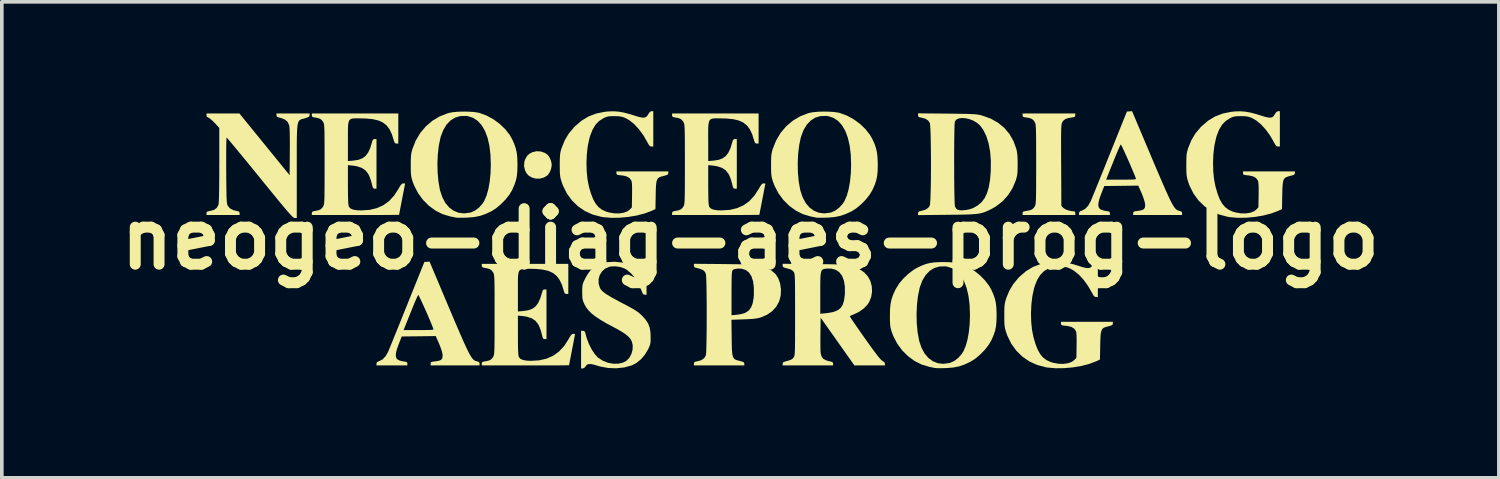
<source format=kicad_pcb>
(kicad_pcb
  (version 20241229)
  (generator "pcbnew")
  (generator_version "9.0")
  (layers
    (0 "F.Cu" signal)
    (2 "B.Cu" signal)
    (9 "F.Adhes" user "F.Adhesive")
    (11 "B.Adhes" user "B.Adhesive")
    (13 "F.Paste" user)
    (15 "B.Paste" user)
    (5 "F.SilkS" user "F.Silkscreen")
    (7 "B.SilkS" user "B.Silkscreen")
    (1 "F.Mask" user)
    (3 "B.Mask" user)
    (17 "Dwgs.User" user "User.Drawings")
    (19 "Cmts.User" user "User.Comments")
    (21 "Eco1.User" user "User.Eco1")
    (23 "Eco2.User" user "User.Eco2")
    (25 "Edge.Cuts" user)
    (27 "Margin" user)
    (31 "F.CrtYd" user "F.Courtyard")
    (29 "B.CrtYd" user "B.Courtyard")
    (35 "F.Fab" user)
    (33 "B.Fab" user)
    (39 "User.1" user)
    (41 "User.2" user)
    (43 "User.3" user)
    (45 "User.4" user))
  (footprint "neogeo-diag-aes-prog-logo"
    (layer "F.Cu")
    (at 17.533 3.508)
    (property "Reference" "neogeo-diag-aes-prog-logo" (at 0 0 0) (layer "F.SilkS") (effects (font (size 1.524 1.524) (thickness 0.3))))
    (attr board_only exclude_from_pos_files exclude_from_bom)
    (fp_poly (pts (xy -5.744 -2.402) (xy -5.632 -2.362) (xy -5.564 -2.315) (xy -5.515 -2.252) (xy -5.475 -2.166) (xy -5.451 -2.074) (xy -5.448 -2.032) (xy -5.461 -1.945) (xy -5.493 -1.853) (xy -5.539 -1.777) (xy -5.564 -1.749) (xy -5.663 -1.687) (xy -5.779 -1.657) (xy -5.899 -1.66) (xy -5.994 -1.689) (xy -6.079 -1.739) (xy -6.139 -1.804) (xy -6.179 -1.883) (xy -6.208 -2.003) (xy -6.197 -2.127) (xy -6.172 -2.197) (xy -6.122 -2.283) (xy -6.057 -2.342) (xy -5.979 -2.382) (xy -5.864 -2.41)) (stroke (width 0) (type solid)) (fill yes) (layer "F.SilkS"))
    (fp_poly (pts (xy 8.914 -3.397) (xy 8.909 -3.367) (xy 8.887 -3.35) (xy 8.839 -3.338) (xy 8.81 -3.334) (xy 8.711 -3.317) (xy 8.643 -3.293) (xy 8.595 -3.257) (xy 8.563 -3.214) (xy 8.554 -3.198) (xy 8.546 -3.18) (xy 8.54 -3.157) (xy 8.535 -3.125) (xy 8.531 -3.08) (xy 8.528 -3.019) (xy 8.526 -2.94) (xy 8.525 -2.837) (xy 8.524 -2.708) (xy 8.525 -2.55) (xy 8.525 -2.359) (xy 8.526 -2.131) (xy 8.527 -2.029) (xy 8.532 -0.911) (xy 8.58 -0.86) (xy 8.639 -0.819) (xy 8.723 -0.786) (xy 8.816 -0.766) (xy 8.861 -0.763) (xy 8.901 -0.755) (xy 8.913 -0.723) (xy 8.914 -0.712) (xy 8.914 -0.66) (xy 7.469 -0.66) (xy 7.469 -0.709) (xy 7.474 -0.739) (xy 7.495 -0.756) (xy 7.542 -0.767) (xy 7.576 -0.772) (xy 7.666 -0.789) (xy 7.727 -0.813) (xy 7.772 -0.853) (xy 7.801 -0.894) (xy 7.809 -0.91) (xy 7.817 -0.929) (xy 7.823 -0.954) (xy 7.828 -0.989) (xy 7.832 -1.038) (xy 7.835 -1.103) (xy 7.837 -1.189) (xy 7.839 -1.298) (xy 7.84 -1.435) (xy 7.84 -1.602) (xy 7.841 -1.804) (xy 7.841 -2.043) (xy 7.841 -2.053) (xy 7.841 -2.294) (xy 7.84 -2.497) (xy 7.84 -2.665) (xy 7.839 -2.803) (xy 7.837 -2.914) (xy 7.835 -3) (xy 7.832 -3.066) (xy 7.828 -3.115) (xy 7.823 -3.151) (xy 7.817 -3.177) (xy 7.81 -3.196) (xy 7.801 -3.212) (xy 7.801 -3.212) (xy 7.76 -3.267) (xy 7.712 -3.301) (xy 7.644 -3.323) (xy 7.576 -3.334) (xy 7.513 -3.344) (xy 7.481 -3.358) (xy 7.47 -3.381) (xy 7.469 -3.397) (xy 7.469 -3.446) (xy 8.914 -3.446)) (stroke (width 0) (type solid)) (fill yes) (layer "F.SilkS"))
    (fp_poly (pts (xy -8.336 1.717) (xy -8.216 2.002) (xy -8.11 2.252) (xy -8.017 2.468) (xy -7.937 2.653) (xy -7.868 2.81) (xy -7.808 2.941) (xy -7.757 3.048) (xy -7.713 3.135) (xy -7.674 3.203) (xy -7.641 3.254) (xy -7.611 3.292) (xy -7.583 3.319) (xy -7.556 3.336) (xy -7.529 3.347) (xy -7.5 3.354) (xy -7.497 3.355) (xy -7.448 3.37) (xy -7.43 3.398) (xy -7.428 3.417) (xy -7.428 3.466) (xy -8.769 3.466) (xy -8.769 3.417) (xy -8.766 3.39) (xy -8.749 3.374) (xy -8.71 3.363) (xy -8.639 3.354) (xy -8.637 3.354) (xy -8.541 3.338) (xy -8.48 3.311) (xy -8.449 3.266) (xy -8.441 3.199) (xy -8.443 3.163) (xy -8.456 3.101) (xy -8.482 3.016) (xy -8.517 2.92) (xy -8.541 2.863) (xy -8.63 2.661) (xy -9.096 2.667) (xy -9.563 2.672) (xy -9.644 2.878) (xy -9.694 3.017) (xy -9.721 3.125) (xy -9.726 3.207) (xy -9.71 3.267) (xy -9.677 3.304) (xy -9.626 3.33) (xy -9.555 3.35) (xy -9.517 3.356) (xy -9.454 3.366) (xy -9.421 3.379) (xy -9.41 3.401) (xy -9.409 3.418) (xy -9.409 3.466) (xy -10.255 3.466) (xy -10.255 3.418) (xy -10.246 3.383) (xy -10.213 3.359) (xy -10.174 3.346) (xy -10.084 3.298) (xy -10.004 3.212) (xy -9.938 3.095) (xy -9.923 3.06) (xy -9.894 2.989) (xy -9.852 2.888) (xy -9.8 2.759) (xy -9.738 2.607) (xy -9.693 2.497) (xy -9.512 2.497) (xy -9.097 2.497) (xy -8.956 2.496) (xy -8.852 2.495) (xy -8.779 2.493) (xy -8.731 2.49) (xy -8.705 2.484) (xy -8.694 2.475) (xy -8.695 2.464) (xy -8.696 2.461) (xy -8.727 2.38) (xy -8.767 2.282) (xy -8.814 2.17) (xy -8.865 2.052) (xy -8.918 1.933) (xy -8.969 1.819) (xy -9.015 1.717) (xy -9.056 1.632) (xy -9.086 1.57) (xy -9.105 1.537) (xy -9.109 1.533) (xy -9.119 1.547) (xy -9.139 1.585) (xy -9.167 1.648) (xy -9.207 1.74) (xy -9.257 1.863) (xy -9.32 2.018) (xy -9.396 2.207) (xy -9.477 2.409) (xy -9.512 2.497) (xy -9.693 2.497) (xy -9.668 2.434) (xy -9.591 2.244) (xy -9.51 2.042) (xy -9.424 1.83) (xy -9.419 1.816) (xy -8.942 0.629) (xy -8.8 0.618)) (stroke (width 0) (type solid)) (fill yes) (layer "F.SilkS"))
    (fp_poly (pts (xy 10.936 -2.409) (xy 11.056 -2.124) (xy 11.162 -1.875) (xy 11.255 -1.659) (xy 11.335 -1.474) (xy 11.404 -1.317) (xy 11.464 -1.186) (xy 11.515 -1.078) (xy 11.559 -0.992) (xy 11.597 -0.924) (xy 11.631 -0.873) (xy 11.661 -0.835) (xy 11.689 -0.808) (xy 11.716 -0.791) (xy 11.743 -0.779) (xy 11.771 -0.772) (xy 11.775 -0.772) (xy 11.824 -0.756) (xy 11.842 -0.729) (xy 11.844 -0.71) (xy 11.844 -0.66) (xy 10.503 -0.66) (xy 10.503 -0.709) (xy 10.506 -0.736) (xy 10.523 -0.753) (xy 10.562 -0.764) (xy 10.633 -0.773) (xy 10.635 -0.773) (xy 10.731 -0.789) (xy 10.791 -0.816) (xy 10.823 -0.861) (xy 10.831 -0.928) (xy 10.829 -0.964) (xy 10.816 -1.025) (xy 10.79 -1.111) (xy 10.755 -1.206) (xy 10.731 -1.264) (xy 10.642 -1.466) (xy 10.176 -1.46) (xy 9.709 -1.455) (xy 9.628 -1.248) (xy 9.578 -1.11) (xy 9.551 -1.001) (xy 9.545 -0.919) (xy 9.562 -0.86) (xy 9.595 -0.822) (xy 9.646 -0.797) (xy 9.717 -0.777) (xy 9.755 -0.77) (xy 9.818 -0.761) (xy 9.851 -0.748) (xy 9.862 -0.726) (xy 9.863 -0.709) (xy 9.863 -0.66) (xy 9.017 -0.66) (xy 9.017 -0.709) (xy 9.026 -0.744) (xy 9.059 -0.768) (xy 9.098 -0.781) (xy 9.187 -0.829) (xy 9.268 -0.915) (xy 9.334 -1.032) (xy 9.349 -1.067) (xy 9.378 -1.137) (xy 9.42 -1.239) (xy 9.472 -1.367) (xy 9.534 -1.52) (xy 9.579 -1.63) (xy 9.76 -1.63) (xy 10.175 -1.63) (xy 10.315 -1.63) (xy 10.42 -1.631) (xy 10.493 -1.633) (xy 10.541 -1.637) (xy 10.567 -1.643) (xy 10.577 -1.652) (xy 10.577 -1.663) (xy 10.576 -1.666) (xy 10.545 -1.746) (xy 10.504 -1.845) (xy 10.457 -1.957) (xy 10.406 -2.075) (xy 10.354 -2.194) (xy 10.303 -2.307) (xy 10.256 -2.41) (xy 10.216 -2.495) (xy 10.186 -2.557) (xy 10.167 -2.59) (xy 10.163 -2.593) (xy 10.152 -2.58) (xy 10.133 -2.542) (xy 10.104 -2.478) (xy 10.065 -2.386) (xy 10.014 -2.264) (xy 9.952 -2.109) (xy 9.875 -1.92) (xy 9.795 -1.718) (xy 9.76 -1.63) (xy 9.579 -1.63) (xy 9.604 -1.693) (xy 9.681 -1.882) (xy 9.762 -2.085) (xy 9.847 -2.297) (xy 9.853 -2.311) (xy 10.33 -3.497) (xy 10.401 -3.503) (xy 10.472 -3.508)) (stroke (width 0) (type solid)) (fill yes) (layer "F.SilkS"))
    (fp_poly (pts (xy -0.707 0.686) (xy -0.489 0.689) (xy -0.307 0.691) (xy -0.159 0.694) (xy -0.04 0.698) (xy 0.055 0.702) (xy 0.129 0.708) (xy 0.187 0.714) (xy 0.233 0.722) (xy 0.263 0.729) (xy 0.44 0.788) (xy 0.581 0.863) (xy 0.689 0.957) (xy 0.766 1.073) (xy 0.816 1.215) (xy 0.84 1.373) (xy 0.834 1.547) (xy 0.792 1.708) (xy 0.714 1.852) (xy 0.603 1.975) (xy 0.461 2.075) (xy 0.292 2.148) (xy 0.29 2.148) (xy 0.222 2.167) (xy 0.144 2.181) (xy 0.049 2.191) (xy -0.073 2.198) (xy -0.182 2.202) (xy -0.518 2.214) (xy -0.512 2.704) (xy -0.509 2.875) (xy -0.506 3.01) (xy -0.499 3.112) (xy -0.488 3.189) (xy -0.471 3.243) (xy -0.446 3.28) (xy -0.411 3.306) (xy -0.365 3.324) (xy -0.306 3.339) (xy -0.292 3.343) (xy -0.222 3.362) (xy -0.183 3.379) (xy -0.167 3.401) (xy -0.165 3.42) (xy -0.165 3.466) (xy -1.548 3.466) (xy -1.548 3.417) (xy -1.542 3.385) (xy -1.516 3.367) (xy -1.461 3.355) (xy -1.459 3.355) (xy -1.347 3.324) (xy -1.267 3.269) (xy -1.221 3.193) (xy -1.219 3.184) (xy -1.214 3.145) (xy -1.209 3.07) (xy -1.206 2.963) (xy -1.203 2.83) (xy -1.2 2.676) (xy -1.198 2.505) (xy -1.197 2.323) (xy -1.197 2.134) (xy -1.197 2.09) (xy -0.516 2.09) (xy -0.366 2.076) (xy -0.26 2.06) (xy -0.164 2.033) (xy -0.124 2.016) (xy -0.039 1.957) (xy 0.024 1.87) (xy 0.067 1.753) (xy 0.092 1.603) (xy 0.097 1.534) (xy 0.097 1.329) (xy 0.075 1.157) (xy 0.03 1.02) (xy -0.037 0.917) (xy -0.127 0.848) (xy -0.239 0.813) (xy -0.338 0.81) (xy -0.419 0.82) (xy -0.469 0.839) (xy -0.488 0.857) (xy -0.496 0.877) (xy -0.503 0.913) (xy -0.508 0.97) (xy -0.512 1.052) (xy -0.514 1.163) (xy -0.515 1.307) (xy -0.516 1.488) (xy -0.516 2.09) (xy -1.197 2.09) (xy -1.197 1.944) (xy -1.197 1.757) (xy -1.199 1.579) (xy -1.201 1.413) (xy -1.203 1.267) (xy -1.207 1.143) (xy -1.211 1.047) (xy -1.215 0.985) (xy -1.218 0.965) (xy -1.246 0.9) (xy -1.293 0.854) (xy -1.367 0.821) (xy -1.438 0.802) (xy -1.502 0.785) (xy -1.535 0.768) (xy -1.547 0.743) (xy -1.548 0.728) (xy -1.548 0.678)) (stroke (width 0) (type solid)) (fill yes) (layer "F.SilkS"))
    (fp_poly (pts (xy -7.734 -3.495) (xy -7.592 -3.486) (xy -7.472 -3.469) (xy -7.428 -3.459) (xy -7.235 -3.388) (xy -7.048 -3.286) (xy -6.875 -3.159) (xy -6.722 -3.013) (xy -6.599 -2.854) (xy -6.536 -2.744) (xy -6.477 -2.612) (xy -6.435 -2.491) (xy -6.408 -2.369) (xy -6.393 -2.233) (xy -6.388 -2.071) (xy -6.388 -2.043) (xy -6.391 -1.877) (xy -6.403 -1.74) (xy -6.428 -1.618) (xy -6.467 -1.499) (xy -6.523 -1.37) (xy -6.536 -1.341) (xy -6.613 -1.213) (xy -6.719 -1.081) (xy -6.843 -0.955) (xy -6.974 -0.845) (xy -7.103 -0.762) (xy -7.108 -0.76) (xy -7.267 -0.686) (xy -7.417 -0.635) (xy -7.573 -0.604) (xy -7.75 -0.589) (xy -7.789 -0.587) (xy -7.89 -0.585) (xy -7.978 -0.585) (xy -8.044 -0.586) (xy -8.078 -0.589) (xy -8.121 -0.599) (xy -8.187 -0.612) (xy -8.233 -0.621) (xy -8.441 -0.683) (xy -8.637 -0.782) (xy -8.818 -0.914) (xy -8.978 -1.074) (xy -9.114 -1.259) (xy -9.221 -1.466) (xy -9.257 -1.558) (xy -9.28 -1.628) (xy -9.296 -1.689) (xy -9.306 -1.752) (xy -9.312 -1.826) (xy -9.314 -1.924) (xy -9.315 -2.022) (xy -9.315 -2.08) (xy -8.584 -2.08) (xy -8.578 -1.826) (xy -8.556 -1.581) (xy -8.517 -1.359) (xy -8.51 -1.331) (xy -8.449 -1.146) (xy -8.365 -0.99) (xy -8.261 -0.867) (xy -8.14 -0.777) (xy -8.003 -0.722) (xy -7.853 -0.704) (xy -7.693 -0.724) (xy -7.656 -0.734) (xy -7.547 -0.785) (xy -7.44 -0.867) (xy -7.347 -0.972) (xy -7.299 -1.047) (xy -7.237 -1.19) (xy -7.187 -1.367) (xy -7.15 -1.572) (xy -7.127 -1.799) (xy -7.119 -2.043) (xy -7.119 -2.043) (xy -7.129 -2.321) (xy -7.16 -2.569) (xy -7.21 -2.786) (xy -7.281 -2.971) (xy -7.37 -3.123) (xy -7.477 -3.241) (xy -7.602 -3.324) (xy -7.744 -3.371) (xy -7.8 -3.378) (xy -7.957 -3.374) (xy -8.099 -3.332) (xy -8.226 -3.253) (xy -8.334 -3.139) (xy -8.423 -2.991) (xy -8.492 -2.812) (xy -8.499 -2.785) (xy -8.544 -2.572) (xy -8.572 -2.333) (xy -8.584 -2.08) (xy -9.315 -2.08) (xy -9.315 -2.148) (xy -9.311 -2.244) (xy -9.305 -2.319) (xy -9.293 -2.385) (xy -9.275 -2.452) (xy -9.268 -2.476) (xy -9.176 -2.706) (xy -9.052 -2.913) (xy -8.9 -3.093) (xy -8.721 -3.245) (xy -8.519 -3.366) (xy -8.297 -3.452) (xy -8.274 -3.459) (xy -8.169 -3.479) (xy -8.035 -3.492) (xy -7.886 -3.497)) (stroke (width 0) (type solid)) (fill yes) (layer "F.SilkS"))
    (fp_poly (pts (xy 2.149 -3.495) (xy 2.291 -3.486) (xy 2.411 -3.469) (xy 2.455 -3.459) (xy 2.648 -3.388) (xy 2.835 -3.286) (xy 3.009 -3.159) (xy 3.161 -3.013) (xy 3.285 -2.854) (xy 3.347 -2.744) (xy 3.407 -2.612) (xy 3.448 -2.491) (xy 3.475 -2.369) (xy 3.49 -2.233) (xy 3.496 -2.071) (xy 3.496 -2.043) (xy 3.493 -1.877) (xy 3.48 -1.74) (xy 3.456 -1.618) (xy 3.417 -1.499) (xy 3.361 -1.37) (xy 3.347 -1.341) (xy 3.27 -1.213) (xy 3.165 -1.081) (xy 3.041 -0.955) (xy 2.909 -0.845) (xy 2.78 -0.762) (xy 2.775 -0.76) (xy 2.616 -0.686) (xy 2.467 -0.635) (xy 2.311 -0.604) (xy 2.134 -0.589) (xy 2.094 -0.587) (xy 1.994 -0.585) (xy 1.905 -0.585) (xy 1.839 -0.586) (xy 1.805 -0.589) (xy 1.762 -0.599) (xy 1.696 -0.612) (xy 1.651 -0.621) (xy 1.443 -0.683) (xy 1.246 -0.782) (xy 1.066 -0.914) (xy 0.905 -1.074) (xy 0.769 -1.259) (xy 0.662 -1.466) (xy 0.627 -1.558) (xy 0.604 -1.628) (xy 0.588 -1.689) (xy 0.578 -1.752) (xy 0.572 -1.826) (xy 0.569 -1.924) (xy 0.569 -2.022) (xy 0.569 -2.08) (xy 1.3 -2.08) (xy 1.305 -1.826) (xy 1.327 -1.581) (xy 1.367 -1.359) (xy 1.373 -1.331) (xy 1.435 -1.146) (xy 1.518 -0.99) (xy 1.622 -0.867) (xy 1.744 -0.777) (xy 1.881 -0.722) (xy 2.03 -0.704) (xy 2.19 -0.724) (xy 2.227 -0.734) (xy 2.337 -0.785) (xy 2.444 -0.867) (xy 2.537 -0.972) (xy 2.585 -1.047) (xy 2.647 -1.19) (xy 2.697 -1.367) (xy 2.734 -1.572) (xy 2.757 -1.799) (xy 2.765 -2.043) (xy 2.765 -2.043) (xy 2.755 -2.321) (xy 2.724 -2.569) (xy 2.673 -2.786) (xy 2.603 -2.971) (xy 2.514 -3.123) (xy 2.407 -3.241) (xy 2.282 -3.324) (xy 2.14 -3.371) (xy 2.084 -3.378) (xy 1.927 -3.374) (xy 1.784 -3.332) (xy 1.658 -3.253) (xy 1.549 -3.139) (xy 1.46 -2.991) (xy 1.392 -2.812) (xy 1.384 -2.785) (xy 1.34 -2.572) (xy 1.311 -2.333) (xy 1.3 -2.08) (xy 0.569 -2.08) (xy 0.569 -2.148) (xy 0.572 -2.244) (xy 0.579 -2.319) (xy 0.591 -2.385) (xy 0.608 -2.452) (xy 0.616 -2.476) (xy 0.708 -2.706) (xy 0.831 -2.913) (xy 0.984 -3.093) (xy 1.163 -3.245) (xy 1.364 -3.366) (xy 1.586 -3.452) (xy 1.609 -3.459) (xy 1.715 -3.479) (xy 1.848 -3.492) (xy 1.997 -3.497)) (stroke (width 0) (type solid)) (fill yes) (layer "F.SilkS"))
    (fp_poly (pts (xy 5.458 0.634) (xy 5.595 0.646) (xy 5.715 0.669) (xy 5.829 0.705) (xy 5.949 0.757) (xy 6.015 0.79) (xy 6.16 0.881) (xy 6.303 0.998) (xy 6.434 1.131) (xy 6.543 1.272) (xy 6.607 1.382) (xy 6.667 1.515) (xy 6.709 1.635) (xy 6.736 1.757) (xy 6.75 1.893) (xy 6.756 2.056) (xy 6.756 2.084) (xy 6.753 2.249) (xy 6.74 2.387) (xy 6.716 2.509) (xy 6.677 2.628) (xy 6.621 2.757) (xy 6.607 2.786) (xy 6.53 2.914) (xy 6.425 3.046) (xy 6.301 3.172) (xy 6.17 3.282) (xy 6.04 3.364) (xy 6.035 3.367) (xy 5.876 3.441) (xy 5.727 3.492) (xy 5.571 3.523) (xy 5.394 3.538) (xy 5.354 3.539) (xy 5.254 3.542) (xy 5.166 3.542) (xy 5.099 3.54) (xy 5.066 3.537) (xy 5.022 3.528) (xy 4.957 3.515) (xy 4.911 3.505) (xy 4.703 3.443) (xy 4.506 3.345) (xy 4.326 3.213) (xy 4.165 3.053) (xy 4.029 2.867) (xy 3.922 2.661) (xy 3.887 2.569) (xy 3.864 2.499) (xy 3.848 2.438) (xy 3.838 2.375) (xy 3.832 2.3) (xy 3.829 2.203) (xy 3.829 2.105) (xy 3.83 2.046) (xy 4.56 2.046) (xy 4.565 2.301) (xy 4.587 2.545) (xy 4.627 2.768) (xy 4.633 2.796) (xy 4.695 2.981) (xy 4.779 3.136) (xy 4.883 3.26) (xy 5.004 3.35) (xy 5.141 3.405) (xy 5.29 3.423) (xy 5.45 3.403) (xy 5.487 3.393) (xy 5.597 3.342) (xy 5.704 3.26) (xy 5.797 3.155) (xy 5.845 3.079) (xy 5.907 2.937) (xy 5.957 2.76) (xy 5.994 2.555) (xy 6.017 2.328) (xy 6.025 2.084) (xy 6.025 2.083) (xy 6.015 1.806) (xy 5.984 1.558) (xy 5.933 1.341) (xy 5.863 1.156) (xy 5.774 1.003) (xy 5.667 0.885) (xy 5.542 0.802) (xy 5.4 0.756) (xy 5.344 0.748) (xy 5.187 0.753) (xy 5.044 0.795) (xy 4.918 0.874) (xy 4.809 0.988) (xy 4.72 1.135) (xy 4.652 1.315) (xy 4.644 1.342) (xy 4.6 1.555) (xy 4.572 1.794) (xy 4.56 2.046) (xy 3.83 2.046) (xy 3.832 1.932) (xy 3.846 1.787) (xy 3.872 1.658) (xy 3.914 1.533) (xy 3.975 1.399) (xy 3.999 1.352) (xy 4.087 1.214) (xy 4.204 1.076) (xy 4.34 0.948) (xy 4.484 0.841) (xy 4.57 0.79) (xy 4.698 0.729) (xy 4.813 0.685) (xy 4.929 0.656) (xy 5.055 0.639) (xy 5.205 0.632) (xy 5.293 0.631)) (stroke (width 0) (type solid)) (fill yes) (layer "F.SilkS"))
    (fp_poly (pts (xy -13.327 -2.599) (xy -12.638 -1.752) (xy -12.633 -2.394) (xy -12.632 -2.606) (xy -12.633 -2.784) (xy -12.635 -2.927) (xy -12.64 -3.034) (xy -12.646 -3.102) (xy -12.65 -3.12) (xy -12.691 -3.211) (xy -12.762 -3.276) (xy -12.866 -3.319) (xy -12.888 -3.324) (xy -12.953 -3.341) (xy -12.986 -3.359) (xy -12.998 -3.383) (xy -12.999 -3.398) (xy -12.999 -3.446) (xy -12.091 -3.446) (xy -12.091 -3.398) (xy -12.096 -3.371) (xy -12.118 -3.351) (xy -12.163 -3.331) (xy -12.231 -3.31) (xy -12.272 -3.299) (xy -12.308 -3.29) (xy -12.338 -3.278) (xy -12.364 -3.262) (xy -12.384 -3.239) (xy -12.401 -3.204) (xy -12.415 -3.157) (xy -12.425 -3.092) (xy -12.432 -3.008) (xy -12.437 -2.902) (xy -12.44 -2.77) (xy -12.442 -2.609) (xy -12.442 -2.417) (xy -12.442 -2.191) (xy -12.442 -1.926) (xy -12.442 -1.852) (xy -12.442 -0.578) (xy -12.499 -0.578) (xy -12.513 -0.581) (xy -12.53 -0.59) (xy -12.554 -0.609) (xy -12.586 -0.64) (xy -12.627 -0.684) (xy -12.68 -0.743) (xy -12.747 -0.821) (xy -12.829 -0.919) (xy -12.928 -1.038) (xy -13.047 -1.183) (xy -13.186 -1.353) (xy -13.349 -1.553) (xy -13.453 -1.682) (xy -13.604 -1.867) (xy -13.747 -2.042) (xy -13.88 -2.205) (xy -14.002 -2.353) (xy -14.11 -2.483) (xy -14.202 -2.594) (xy -14.276 -2.682) (xy -14.329 -2.744) (xy -14.36 -2.779) (xy -14.367 -2.786) (xy -14.37 -2.766) (xy -14.373 -2.709) (xy -14.375 -2.619) (xy -14.377 -2.5) (xy -14.378 -2.357) (xy -14.378 -2.193) (xy -14.378 -2.013) (xy -14.377 -1.883) (xy -14.376 -1.664) (xy -14.374 -1.483) (xy -14.372 -1.335) (xy -14.37 -1.217) (xy -14.367 -1.125) (xy -14.363 -1.055) (xy -14.359 -1.003) (xy -14.353 -0.966) (xy -14.346 -0.939) (xy -14.337 -0.918) (xy -14.335 -0.913) (xy -14.274 -0.841) (xy -14.182 -0.793) (xy -14.095 -0.772) (xy -14.04 -0.759) (xy -14.016 -0.74) (xy -14.01 -0.709) (xy -14.01 -0.66) (xy -14.918 -0.66) (xy -14.918 -0.709) (xy -14.913 -0.739) (xy -14.891 -0.757) (xy -14.842 -0.768) (xy -14.817 -0.772) (xy -14.71 -0.801) (xy -14.635 -0.857) (xy -14.59 -0.939) (xy -14.589 -0.945) (xy -14.584 -0.985) (xy -14.579 -1.064) (xy -14.575 -1.179) (xy -14.572 -1.33) (xy -14.57 -1.512) (xy -14.568 -1.724) (xy -14.568 -1.965) (xy -14.567 -2.035) (xy -14.567 -3.048) (xy -14.691 -3.183) (xy -14.753 -3.245) (xy -14.811 -3.296) (xy -14.855 -3.326) (xy -14.866 -3.33) (xy -14.907 -3.353) (xy -14.918 -3.395) (xy -14.918 -3.446) (xy -14.016 -3.446)) (stroke (width 0) (type solid)) (fill yes) (layer "F.SilkS"))
    (fp_poly (pts (xy -2.662 -2.538) (xy -2.713 -2.538) (xy -2.747 -2.546) (xy -2.777 -2.574) (xy -2.812 -2.632) (xy -2.819 -2.646) (xy -2.927 -2.836) (xy -3.049 -3.004) (xy -3.178 -3.146) (xy -3.312 -3.255) (xy -3.419 -3.316) (xy -3.489 -3.345) (xy -3.554 -3.362) (xy -3.631 -3.37) (xy -3.724 -3.372) (xy -3.82 -3.371) (xy -3.89 -3.365) (xy -3.947 -3.351) (xy -4.008 -3.326) (xy -4.027 -3.316) (xy -4.146 -3.241) (xy -4.244 -3.14) (xy -4.324 -3.009) (xy -4.39 -2.844) (xy -4.414 -2.766) (xy -4.458 -2.563) (xy -4.485 -2.335) (xy -4.495 -2.096) (xy -4.489 -1.858) (xy -4.466 -1.633) (xy -4.429 -1.444) (xy -4.373 -1.251) (xy -4.312 -1.095) (xy -4.244 -0.972) (xy -4.164 -0.877) (xy -4.07 -0.806) (xy -3.958 -0.754) (xy -3.885 -0.732) (xy -3.74 -0.706) (xy -3.6 -0.703) (xy -3.475 -0.722) (xy -3.371 -0.761) (xy -3.309 -0.808) (xy -3.25 -0.869) (xy -3.244 -1.214) (xy -3.243 -1.36) (xy -3.245 -1.469) (xy -3.25 -1.545) (xy -3.259 -1.593) (xy -3.265 -1.607) (xy -3.315 -1.673) (xy -3.388 -1.717) (xy -3.491 -1.742) (xy -3.534 -1.747) (xy -3.608 -1.755) (xy -3.649 -1.764) (xy -3.668 -1.779) (xy -3.673 -1.804) (xy -3.673 -1.808) (xy -3.673 -1.857) (xy -2.249 -1.857) (xy -2.249 -1.811) (xy -2.255 -1.783) (xy -2.277 -1.764) (xy -2.326 -1.746) (xy -2.376 -1.733) (xy -2.444 -1.715) (xy -2.495 -1.695) (xy -2.533 -1.666) (xy -2.56 -1.624) (xy -2.577 -1.562) (xy -2.587 -1.477) (xy -2.593 -1.361) (xy -2.596 -1.209) (xy -2.596 -1.204) (xy -2.603 -0.822) (xy -2.71 -0.773) (xy -2.899 -0.702) (xy -3.115 -0.646) (xy -3.348 -0.607) (xy -3.586 -0.585) (xy -3.819 -0.583) (xy -4.035 -0.601) (xy -4.092 -0.611) (xy -4.326 -0.673) (xy -4.539 -0.77) (xy -4.729 -0.9) (xy -4.895 -1.061) (xy -5.032 -1.25) (xy -5.14 -1.466) (xy -5.173 -1.558) (xy -5.195 -1.627) (xy -5.21 -1.689) (xy -5.22 -1.752) (xy -5.225 -1.828) (xy -5.227 -1.927) (xy -5.228 -2.032) (xy -5.227 -2.157) (xy -5.224 -2.251) (xy -5.218 -2.324) (xy -5.208 -2.386) (xy -5.192 -2.448) (xy -5.173 -2.507) (xy -5.09 -2.711) (xy -4.981 -2.893) (xy -4.839 -3.063) (xy -4.808 -3.095) (xy -4.631 -3.247) (xy -4.439 -3.363) (xy -4.227 -3.444) (xy -3.993 -3.491) (xy -3.879 -3.502) (xy -3.741 -3.505) (xy -3.605 -3.494) (xy -3.46 -3.468) (xy -3.296 -3.424) (xy -3.183 -3.389) (xy -3.064 -3.352) (xy -2.975 -3.333) (xy -2.91 -3.331) (xy -2.863 -3.347) (xy -2.825 -3.383) (xy -2.796 -3.431) (xy -2.756 -3.487) (xy -2.713 -3.507) (xy -2.708 -3.508) (xy -2.662 -3.508)) (stroke (width 0) (type solid)) (fill yes) (layer "F.SilkS"))
    (fp_poly (pts (xy 9.533 1.589) (xy 9.482 1.589) (xy 9.447 1.581) (xy 9.417 1.552) (xy 9.383 1.494) (xy 9.376 1.48) (xy 9.267 1.291) (xy 9.146 1.122) (xy 9.016 0.981) (xy 8.882 0.872) (xy 8.775 0.81) (xy 8.706 0.782) (xy 8.64 0.765) (xy 8.564 0.757) (xy 8.47 0.754) (xy 8.374 0.755) (xy 8.305 0.762) (xy 8.247 0.776) (xy 8.187 0.801) (xy 8.167 0.811) (xy 8.049 0.886) (xy 7.951 0.987) (xy 7.87 1.118) (xy 7.804 1.283) (xy 7.781 1.361) (xy 7.737 1.564) (xy 7.71 1.791) (xy 7.699 2.03) (xy 7.705 2.269) (xy 7.728 2.494) (xy 7.765 2.682) (xy 7.821 2.875) (xy 7.882 3.031) (xy 7.951 3.155) (xy 8.03 3.25) (xy 8.125 3.321) (xy 8.237 3.372) (xy 8.309 3.394) (xy 8.455 3.421) (xy 8.594 3.424) (xy 8.72 3.405) (xy 8.823 3.366) (xy 8.886 3.319) (xy 8.945 3.258) (xy 8.95 2.913) (xy 8.951 2.767) (xy 8.949 2.658) (xy 8.944 2.581) (xy 8.935 2.533) (xy 8.93 2.519) (xy 8.879 2.454) (xy 8.806 2.41) (xy 8.703 2.385) (xy 8.661 2.38) (xy 8.587 2.372) (xy 8.545 2.362) (xy 8.526 2.347) (xy 8.522 2.323) (xy 8.522 2.318) (xy 8.522 2.27) (xy 9.945 2.27) (xy 9.945 2.316) (xy 9.94 2.343) (xy 9.917 2.363) (xy 9.869 2.38) (xy 9.818 2.394) (xy 9.751 2.412) (xy 9.699 2.432) (xy 9.661 2.461) (xy 9.635 2.503) (xy 9.618 2.564) (xy 9.607 2.65) (xy 9.602 2.766) (xy 9.598 2.918) (xy 9.598 2.923) (xy 9.591 3.305) (xy 9.485 3.354) (xy 9.296 3.425) (xy 9.08 3.481) (xy 8.847 3.52) (xy 8.608 3.541) (xy 8.375 3.544) (xy 8.159 3.525) (xy 8.102 3.516) (xy 7.869 3.454) (xy 7.656 3.357) (xy 7.465 3.227) (xy 7.3 3.066) (xy 7.162 2.876) (xy 7.055 2.66) (xy 7.021 2.569) (xy 7 2.5) (xy 6.984 2.438) (xy 6.975 2.375) (xy 6.969 2.299) (xy 6.967 2.2) (xy 6.967 2.094) (xy 6.967 1.969) (xy 6.97 1.876) (xy 6.976 1.803) (xy 6.987 1.74) (xy 7.003 1.679) (xy 7.021 1.62) (xy 7.105 1.416) (xy 7.214 1.234) (xy 7.355 1.064) (xy 7.387 1.031) (xy 7.563 0.88) (xy 7.756 0.764) (xy 7.968 0.683) (xy 8.201 0.636) (xy 8.315 0.625) (xy 8.454 0.622) (xy 8.59 0.633) (xy 8.735 0.659) (xy 8.899 0.702) (xy 9.011 0.738) (xy 9.131 0.774) (xy 9.22 0.794) (xy 9.284 0.796) (xy 9.332 0.779) (xy 9.369 0.744) (xy 9.399 0.696) (xy 9.439 0.639) (xy 9.481 0.619) (xy 9.486 0.619) (xy 9.533 0.619)) (stroke (width 0) (type solid)) (fill yes) (layer "F.SilkS"))
    (fp_poly (pts (xy 14.526 -2.538) (xy 14.475 -2.538) (xy 14.441 -2.546) (xy 14.41 -2.574) (xy 14.376 -2.632) (xy 14.369 -2.646) (xy 14.261 -2.836) (xy 14.139 -3.004) (xy 14.009 -3.146) (xy 13.876 -3.255) (xy 13.768 -3.316) (xy 13.699 -3.345) (xy 13.634 -3.362) (xy 13.557 -3.37) (xy 13.463 -3.372) (xy 13.367 -3.371) (xy 13.298 -3.365) (xy 13.24 -3.351) (xy 13.18 -3.326) (xy 13.161 -3.316) (xy 13.042 -3.241) (xy 12.944 -3.14) (xy 12.863 -3.009) (xy 12.797 -2.844) (xy 12.774 -2.766) (xy 12.73 -2.563) (xy 12.703 -2.335) (xy 12.693 -2.096) (xy 12.699 -1.858) (xy 12.722 -1.633) (xy 12.759 -1.444) (xy 12.815 -1.251) (xy 12.875 -1.095) (xy 12.944 -0.972) (xy 13.024 -0.877) (xy 13.118 -0.806) (xy 13.23 -0.754) (xy 13.303 -0.732) (xy 13.448 -0.706) (xy 13.587 -0.703) (xy 13.713 -0.722) (xy 13.817 -0.761) (xy 13.879 -0.808) (xy 13.938 -0.869) (xy 13.944 -1.214) (xy 13.945 -1.36) (xy 13.943 -1.469) (xy 13.937 -1.545) (xy 13.929 -1.593) (xy 13.923 -1.607) (xy 13.873 -1.673) (xy 13.8 -1.717) (xy 13.697 -1.742) (xy 13.654 -1.747) (xy 13.58 -1.755) (xy 13.538 -1.764) (xy 13.52 -1.779) (xy 13.515 -1.804) (xy 13.515 -1.808) (xy 13.515 -1.857) (xy 14.939 -1.857) (xy 14.939 -1.811) (xy 14.933 -1.783) (xy 14.911 -1.764) (xy 14.862 -1.746) (xy 14.811 -1.733) (xy 14.744 -1.715) (xy 14.692 -1.695) (xy 14.655 -1.666) (xy 14.628 -1.624) (xy 14.611 -1.562) (xy 14.601 -1.477) (xy 14.595 -1.361) (xy 14.592 -1.209) (xy 14.591 -1.204) (xy 14.585 -0.822) (xy 14.478 -0.773) (xy 14.289 -0.702) (xy 14.073 -0.646) (xy 13.84 -0.607) (xy 13.602 -0.585) (xy 13.369 -0.583) (xy 13.153 -0.601) (xy 13.096 -0.611) (xy 12.862 -0.673) (xy 12.649 -0.77) (xy 12.459 -0.9) (xy 12.293 -1.061) (xy 12.156 -1.25) (xy 12.048 -1.466) (xy 12.015 -1.558) (xy 11.993 -1.627) (xy 11.978 -1.689) (xy 11.968 -1.752) (xy 11.963 -1.828) (xy 11.96 -1.927) (xy 11.96 -2.032) (xy 11.961 -2.157) (xy 11.963 -2.251) (xy 11.969 -2.324) (xy 11.98 -2.386) (xy 11.996 -2.448) (xy 12.015 -2.507) (xy 12.098 -2.711) (xy 12.207 -2.893) (xy 12.349 -3.063) (xy 12.38 -3.095) (xy 12.557 -3.247) (xy 12.749 -3.363) (xy 12.961 -3.444) (xy 13.195 -3.491) (xy 13.309 -3.502) (xy 13.447 -3.505) (xy 13.583 -3.494) (xy 13.728 -3.468) (xy 13.892 -3.424) (xy 14.004 -3.389) (xy 14.124 -3.352) (xy 14.213 -3.333) (xy 14.278 -3.331) (xy 14.325 -3.347) (xy 14.362 -3.383) (xy 14.392 -3.431) (xy 14.432 -3.487) (xy 14.475 -3.507) (xy 14.48 -3.508) (xy 14.526 -3.508)) (stroke (width 0) (type solid)) (fill yes) (layer "F.SilkS"))
    (fp_poly (pts (xy -2.847 1.527) (xy -2.896 1.527) (xy -2.925 1.521) (xy -2.949 1.498) (xy -2.973 1.448) (xy -2.991 1.398) (xy -3.066 1.23) (xy -3.159 1.077) (xy -3.266 0.948) (xy -3.382 0.849) (xy -3.456 0.805) (xy -3.567 0.767) (xy -3.693 0.748) (xy -3.816 0.751) (xy -3.873 0.762) (xy -3.984 0.811) (xy -4.071 0.89) (xy -4.132 0.99) (xy -4.163 1.104) (xy -4.161 1.225) (xy -4.128 1.334) (xy -4.104 1.377) (xy -4.068 1.42) (xy -4.016 1.465) (xy -3.944 1.516) (xy -3.85 1.574) (xy -3.727 1.643) (xy -3.574 1.726) (xy -3.476 1.777) (xy -3.341 1.848) (xy -3.237 1.905) (xy -3.155 1.954) (xy -3.09 1.998) (xy -3.035 2.043) (xy -2.981 2.092) (xy -2.969 2.104) (xy -2.871 2.213) (xy -2.803 2.318) (xy -2.76 2.431) (xy -2.739 2.563) (xy -2.735 2.683) (xy -2.735 2.779) (xy -2.74 2.847) (xy -2.753 2.904) (xy -2.776 2.964) (xy -2.811 3.037) (xy -2.898 3.179) (xy -3.006 3.303) (xy -3.127 3.401) (xy -3.248 3.464) (xy -3.453 3.521) (xy -3.674 3.545) (xy -3.9 3.537) (xy -4.119 3.496) (xy -4.178 3.479) (xy -4.295 3.444) (xy -4.38 3.428) (xy -4.44 3.429) (xy -4.483 3.448) (xy -4.513 3.485) (xy -4.515 3.487) (xy -4.558 3.536) (xy -4.596 3.549) (xy -4.643 3.549) (xy -4.643 2.517) (xy -4.591 2.517) (xy -4.55 2.528) (xy -4.53 2.567) (xy -4.528 2.574) (xy -4.485 2.73) (xy -4.425 2.884) (xy -4.352 3.027) (xy -4.272 3.15) (xy -4.188 3.243) (xy -4.168 3.26) (xy -4.041 3.34) (xy -3.902 3.394) (xy -3.758 3.42) (xy -3.618 3.418) (xy -3.49 3.388) (xy -3.401 3.34) (xy -3.321 3.26) (xy -3.263 3.154) (xy -3.23 3.035) (xy -3.226 2.914) (xy -3.249 2.817) (xy -3.282 2.75) (xy -3.333 2.687) (xy -3.406 2.623) (xy -3.506 2.554) (xy -3.637 2.478) (xy -3.748 2.418) (xy -3.949 2.311) (xy -4.115 2.213) (xy -4.25 2.123) (xy -4.358 2.038) (xy -4.442 1.953) (xy -4.508 1.867) (xy -4.556 1.779) (xy -4.582 1.718) (xy -4.599 1.662) (xy -4.608 1.597) (xy -4.611 1.512) (xy -4.612 1.454) (xy -4.611 1.356) (xy -4.606 1.286) (xy -4.595 1.23) (xy -4.574 1.173) (xy -4.54 1.102) (xy -4.534 1.09) (xy -4.487 1.004) (xy -4.432 0.92) (xy -4.381 0.855) (xy -4.375 0.849) (xy -4.247 0.746) (xy -4.094 0.674) (xy -3.918 0.633) (xy -3.723 0.623) (xy -3.513 0.644) (xy -3.317 0.69) (xy -3.2 0.722) (xy -3.116 0.739) (xy -3.057 0.74) (xy -3.016 0.727) (xy -2.986 0.698) (xy -2.975 0.681) (xy -2.932 0.632) (xy -2.894 0.619) (xy -2.847 0.619)) (stroke (width 0) (type solid)) (fill yes) (layer "F.SilkS"))
    (fp_poly (pts (xy 5.401 -3.441) (xy 5.606 -3.439) (xy 5.775 -3.436) (xy 5.912 -3.434) (xy 6.021 -3.431) (xy 6.109 -3.427) (xy 6.178 -3.422) (xy 6.233 -3.415) (xy 6.281 -3.408) (xy 6.324 -3.398) (xy 6.361 -3.388) (xy 6.59 -3.306) (xy 6.791 -3.194) (xy 6.964 -3.053) (xy 7.107 -2.884) (xy 7.219 -2.688) (xy 7.297 -2.474) (xy 7.314 -2.395) (xy 7.326 -2.302) (xy 7.332 -2.186) (xy 7.333 -2.053) (xy 7.332 -1.932) (xy 7.329 -1.841) (xy 7.322 -1.768) (xy 7.309 -1.704) (xy 7.29 -1.637) (xy 7.277 -1.595) (xy 7.187 -1.385) (xy 7.063 -1.195) (xy 6.911 -1.029) (xy 6.734 -0.893) (xy 6.613 -0.824) (xy 6.539 -0.788) (xy 6.473 -0.759) (xy 6.411 -0.734) (xy 6.348 -0.715) (xy 6.279 -0.7) (xy 6.198 -0.689) (xy 6.102 -0.681) (xy 5.986 -0.675) (xy 5.844 -0.671) (xy 5.671 -0.668) (xy 5.464 -0.666) (xy 5.401 -0.665) (xy 4.601 -0.657) (xy 4.601 -0.708) (xy 4.607 -0.741) (xy 4.633 -0.76) (xy 4.686 -0.772) (xy 4.801 -0.803) (xy 4.881 -0.857) (xy 4.923 -0.919) (xy 4.93 -0.957) (xy 4.936 -1.032) (xy 4.942 -1.138) (xy 4.946 -1.271) (xy 4.95 -1.425) (xy 4.953 -1.596) (xy 4.954 -1.779) (xy 4.955 -1.969) (xy 4.955 -2.162) (xy 4.955 -2.207) (xy 5.591 -2.207) (xy 5.592 -2.014) (xy 5.592 -1.823) (xy 5.593 -1.637) (xy 5.595 -1.461) (xy 5.597 -1.301) (xy 5.6 -1.16) (xy 5.603 -1.044) (xy 5.607 -0.958) (xy 5.611 -0.905) (xy 5.613 -0.893) (xy 5.643 -0.841) (xy 5.68 -0.807) (xy 5.743 -0.791) (xy 5.832 -0.79) (xy 5.933 -0.8) (xy 6.033 -0.823) (xy 6.113 -0.851) (xy 6.24 -0.923) (xy 6.344 -1.013) (xy 6.429 -1.125) (xy 6.494 -1.263) (xy 6.543 -1.429) (xy 6.576 -1.628) (xy 6.595 -1.863) (xy 6.596 -1.879) (xy 6.598 -2.154) (xy 6.577 -2.407) (xy 6.534 -2.635) (xy 6.47 -2.834) (xy 6.386 -3.002) (xy 6.301 -3.116) (xy 6.219 -3.188) (xy 6.122 -3.246) (xy 6.016 -3.288) (xy 5.909 -3.313) (xy 5.808 -3.321) (xy 5.719 -3.309) (xy 5.651 -3.278) (xy 5.611 -3.225) (xy 5.611 -3.225) (xy 5.606 -3.192) (xy 5.602 -3.124) (xy 5.599 -3.023) (xy 5.597 -2.896) (xy 5.594 -2.745) (xy 5.593 -2.578) (xy 5.592 -2.397) (xy 5.591 -2.207) (xy 4.955 -2.207) (xy 4.954 -2.351) (xy 4.952 -2.533) (xy 4.949 -2.702) (xy 4.946 -2.854) (xy 4.941 -2.984) (xy 4.936 -3.086) (xy 4.929 -3.156) (xy 4.923 -3.187) (xy 4.876 -3.255) (xy 4.8 -3.302) (xy 4.69 -3.332) (xy 4.689 -3.332) (xy 4.633 -3.344) (xy 4.608 -3.363) (xy 4.601 -3.395) (xy 4.601 -3.398) (xy 4.601 -3.449)) (stroke (width 0) (type solid)) (fill yes) (layer "F.SilkS"))
    (fp_poly (pts (xy 1.738 0.686) (xy 1.951 0.688) (xy 2.126 0.69) (xy 2.269 0.693) (xy 2.384 0.695) (xy 2.476 0.699) (xy 2.548 0.704) (xy 2.607 0.709) (xy 2.655 0.716) (xy 2.698 0.725) (xy 2.739 0.735) (xy 2.748 0.738) (xy 2.871 0.775) (xy 2.966 0.814) (xy 3.047 0.86) (xy 3.127 0.918) (xy 3.223 1.022) (xy 3.292 1.148) (xy 3.331 1.289) (xy 3.339 1.437) (xy 3.317 1.583) (xy 3.263 1.721) (xy 3.214 1.798) (xy 3.109 1.906) (xy 2.979 1.999) (xy 2.844 2.063) (xy 2.783 2.087) (xy 2.742 2.108) (xy 2.73 2.118) (xy 2.741 2.139) (xy 2.772 2.188) (xy 2.823 2.264) (xy 2.889 2.361) (xy 2.969 2.476) (xy 3.059 2.605) (xy 3.143 2.724) (xy 3.263 2.893) (xy 3.363 3.031) (xy 3.445 3.14) (xy 3.509 3.223) (xy 3.559 3.282) (xy 3.596 3.321) (xy 3.623 3.341) (xy 3.626 3.343) (xy 3.678 3.379) (xy 3.693 3.42) (xy 3.693 3.466) (xy 2.855 3.466) (xy 2.392 2.812) (xy 1.929 2.157) (xy 1.923 2.6) (xy 1.922 2.737) (xy 1.922 2.865) (xy 1.923 2.977) (xy 1.925 3.065) (xy 1.928 3.121) (xy 1.929 3.13) (xy 1.954 3.222) (xy 2.001 3.286) (xy 2.078 3.327) (xy 2.147 3.346) (xy 2.216 3.362) (xy 2.253 3.378) (xy 2.268 3.399) (xy 2.27 3.419) (xy 2.27 3.466) (xy 0.887 3.466) (xy 0.887 3.42) (xy 0.893 3.393) (xy 0.915 3.373) (xy 0.964 3.356) (xy 1.015 3.343) (xy 1.1 3.317) (xy 1.155 3.285) (xy 1.185 3.253) (xy 1.194 3.24) (xy 1.202 3.224) (xy 1.208 3.204) (xy 1.214 3.174) (xy 1.218 3.132) (xy 1.221 3.075) (xy 1.224 2.999) (xy 1.225 2.9) (xy 1.227 2.776) (xy 1.227 2.623) (xy 1.228 2.437) (xy 1.228 2.215) (xy 1.228 2.074) (xy 1.228 2.049) (xy 1.919 2.049) (xy 2.059 2.036) (xy 2.152 2.024) (xy 2.247 2.006) (xy 2.305 1.991) (xy 2.403 1.95) (xy 2.478 1.89) (xy 2.532 1.807) (xy 2.569 1.694) (xy 2.59 1.549) (xy 2.594 1.486) (xy 2.593 1.295) (xy 2.566 1.135) (xy 2.514 1.005) (xy 2.439 0.907) (xy 2.341 0.842) (xy 2.22 0.81) (xy 2.119 0.809) (xy 2.064 0.813) (xy 2.02 0.82) (xy 1.986 0.834) (xy 1.96 0.858) (xy 1.942 0.899) (xy 1.93 0.958) (xy 1.923 1.042) (xy 1.92 1.155) (xy 1.919 1.299) (xy 1.919 1.481) (xy 1.919 2.049) (xy 1.228 2.049) (xy 1.228 1.83) (xy 1.227 1.624) (xy 1.227 1.453) (xy 1.226 1.313) (xy 1.225 1.201) (xy 1.223 1.112) (xy 1.22 1.045) (xy 1.216 0.995) (xy 1.212 0.959) (xy 1.206 0.934) (xy 1.199 0.916) (xy 1.19 0.902) (xy 1.185 0.894) (xy 1.145 0.855) (xy 1.086 0.826) (xy 1.014 0.806) (xy 0.944 0.788) (xy 0.906 0.772) (xy 0.89 0.751) (xy 0.887 0.727) (xy 0.887 0.678)) (stroke (width 0) (type solid)) (fill yes) (layer "F.SilkS"))
    (fp_poly (pts (xy -9.657 -2.62) (xy -9.707 -2.62) (xy -9.742 -2.627) (xy -9.763 -2.654) (xy -9.781 -2.708) (xy -9.832 -2.874) (xy -9.896 -3.009) (xy -9.976 -3.116) (xy -10.077 -3.196) (xy -10.202 -3.253) (xy -10.355 -3.289) (xy -10.54 -3.307) (xy -10.685 -3.311) (xy -10.785 -3.312) (xy -10.864 -3.311) (xy -10.925 -3.305) (xy -10.97 -3.288) (xy -11.001 -3.258) (xy -11.021 -3.208) (xy -11.033 -3.136) (xy -11.038 -3.037) (xy -11.039 -2.906) (xy -11.039 -2.74) (xy -11.039 -2.677) (xy -11.039 -2.14) (xy -10.892 -2.152) (xy -10.755 -2.173) (xy -10.644 -2.214) (xy -10.556 -2.279) (xy -10.484 -2.372) (xy -10.427 -2.497) (xy -10.379 -2.657) (xy -10.361 -2.713) (xy -10.338 -2.738) (xy -10.306 -2.744) (xy -10.255 -2.744) (xy -10.255 -1.382) (xy -10.304 -1.382) (xy -10.331 -1.386) (xy -10.35 -1.404) (xy -10.365 -1.443) (xy -10.383 -1.512) (xy -10.387 -1.532) (xy -10.414 -1.626) (xy -10.449 -1.721) (xy -10.482 -1.788) (xy -10.558 -1.885) (xy -10.664 -1.955) (xy -10.8 -1.999) (xy -10.9 -2.014) (xy -11.039 -2.028) (xy -11.039 -1.483) (xy -11.038 -1.3) (xy -11.036 -1.154) (xy -11.032 -1.043) (xy -11.027 -0.963) (xy -11.02 -0.912) (xy -11.012 -0.887) (xy -10.971 -0.84) (xy -10.898 -0.808) (xy -10.792 -0.79) (xy -10.678 -0.786) (xy -10.45 -0.8) (xy -10.247 -0.848) (xy -10.067 -0.928) (xy -9.909 -1.043) (xy -9.771 -1.194) (xy -9.654 -1.374) (xy -9.61 -1.451) (xy -9.576 -1.498) (xy -9.547 -1.521) (xy -9.521 -1.527) (xy -9.483 -1.525) (xy -9.471 -1.522) (xy -9.475 -1.501) (xy -9.485 -1.446) (xy -9.501 -1.362) (xy -9.522 -1.256) (xy -9.546 -1.133) (xy -9.553 -1.094) (xy -9.578 -0.967) (xy -9.6 -0.855) (xy -9.617 -0.764) (xy -9.629 -0.7) (xy -9.635 -0.668) (xy -9.636 -0.665) (xy -9.656 -0.664) (xy -9.714 -0.664) (xy -9.805 -0.663) (xy -9.927 -0.662) (xy -10.076 -0.661) (xy -10.248 -0.661) (xy -10.44 -0.661) (xy -10.647 -0.66) (xy -10.833 -0.66) (xy -12.029 -0.66) (xy -12.029 -0.71) (xy -12.024 -0.74) (xy -12.001 -0.758) (xy -11.95 -0.77) (xy -11.931 -0.773) (xy -11.845 -0.791) (xy -11.786 -0.817) (xy -11.743 -0.858) (xy -11.719 -0.894) (xy -11.71 -0.91) (xy -11.703 -0.929) (xy -11.696 -0.954) (xy -11.691 -0.989) (xy -11.688 -1.038) (xy -11.684 -1.103) (xy -11.682 -1.189) (xy -11.681 -1.298) (xy -11.68 -1.435) (xy -11.679 -1.602) (xy -11.679 -1.804) (xy -11.679 -2.043) (xy -11.679 -2.053) (xy -11.679 -2.294) (xy -11.679 -2.497) (xy -11.68 -2.665) (xy -11.681 -2.803) (xy -11.682 -2.914) (xy -11.684 -3) (xy -11.687 -3.066) (xy -11.691 -3.115) (xy -11.696 -3.151) (xy -11.702 -3.177) (xy -11.71 -3.196) (xy -11.719 -3.212) (xy -11.719 -3.212) (xy -11.759 -3.267) (xy -11.807 -3.301) (xy -11.875 -3.323) (xy -11.931 -3.333) (xy -11.991 -3.344) (xy -12.02 -3.36) (xy -12.029 -3.387) (xy -12.029 -3.397) (xy -12.029 -3.446) (xy -9.657 -3.446)) (stroke (width 0) (type solid)) (fill yes) (layer "F.SilkS"))
    (fp_poly (pts (xy -4.993 1.506) (xy -5.044 1.506) (xy -5.078 1.5) (xy -5.1 1.472) (xy -5.117 1.419) (xy -5.169 1.252) (xy -5.233 1.117) (xy -5.313 1.011) (xy -5.413 0.931) (xy -5.538 0.874) (xy -5.691 0.838) (xy -5.877 0.819) (xy -6.022 0.816) (xy -6.121 0.815) (xy -6.2 0.815) (xy -6.261 0.822) (xy -6.306 0.838) (xy -6.338 0.869) (xy -6.358 0.919) (xy -6.37 0.991) (xy -6.375 1.09) (xy -6.376 1.221) (xy -6.376 1.387) (xy -6.376 1.45) (xy -6.376 1.987) (xy -6.229 1.974) (xy -6.092 1.953) (xy -5.981 1.913) (xy -5.892 1.848) (xy -5.821 1.755) (xy -5.764 1.63) (xy -5.715 1.47) (xy -5.697 1.414) (xy -5.675 1.388) (xy -5.643 1.382) (xy -5.592 1.382) (xy -5.592 2.744) (xy -5.641 2.744) (xy -5.668 2.74) (xy -5.686 2.723) (xy -5.702 2.684) (xy -5.72 2.614) (xy -5.724 2.595) (xy -5.75 2.501) (xy -5.786 2.406) (xy -5.818 2.339) (xy -5.895 2.242) (xy -6.001 2.172) (xy -6.137 2.128) (xy -6.237 2.113) (xy -6.376 2.099) (xy -6.375 2.643) (xy -6.375 2.827) (xy -6.373 2.973) (xy -6.369 3.084) (xy -6.364 3.163) (xy -6.357 3.215) (xy -6.349 3.239) (xy -6.307 3.286) (xy -6.235 3.318) (xy -6.129 3.336) (xy -6.015 3.341) (xy -5.787 3.326) (xy -5.584 3.279) (xy -5.404 3.198) (xy -5.246 3.083) (xy -5.107 2.933) (xy -4.991 2.753) (xy -4.946 2.675) (xy -4.913 2.628) (xy -4.884 2.605) (xy -4.857 2.6) (xy -4.819 2.602) (xy -4.808 2.605) (xy -4.812 2.626) (xy -4.822 2.681) (xy -4.838 2.765) (xy -4.859 2.871) (xy -4.883 2.994) (xy -4.89 3.033) (xy -4.915 3.159) (xy -4.936 3.271) (xy -4.954 3.362) (xy -4.966 3.427) (xy -4.972 3.459) (xy -4.973 3.461) (xy -4.993 3.462) (xy -5.05 3.463) (xy -5.142 3.464) (xy -5.264 3.465) (xy -5.413 3.465) (xy -5.585 3.466) (xy -5.776 3.466) (xy -5.984 3.466) (xy -6.169 3.466) (xy -7.366 3.466) (xy -7.366 3.417) (xy -7.361 3.386) (xy -7.338 3.368) (xy -7.287 3.356) (xy -7.268 3.353) (xy -7.181 3.336) (xy -7.123 3.31) (xy -7.08 3.269) (xy -7.056 3.233) (xy -7.047 3.217) (xy -7.039 3.198) (xy -7.033 3.173) (xy -7.028 3.138) (xy -7.024 3.089) (xy -7.021 3.024) (xy -7.019 2.938) (xy -7.017 2.828) (xy -7.016 2.692) (xy -7.016 2.524) (xy -7.016 2.323) (xy -7.016 2.083) (xy -7.016 2.074) (xy -7.016 1.833) (xy -7.016 1.63) (xy -7.016 1.461) (xy -7.017 1.324) (xy -7.019 1.213) (xy -7.021 1.127) (xy -7.024 1.06) (xy -7.028 1.011) (xy -7.033 0.976) (xy -7.039 0.95) (xy -7.047 0.931) (xy -7.055 0.915) (xy -7.056 0.914) (xy -7.096 0.86) (xy -7.144 0.826) (xy -7.212 0.804) (xy -7.268 0.794) (xy -7.328 0.782) (xy -7.357 0.767) (xy -7.366 0.74) (xy -7.366 0.73) (xy -7.366 0.681) (xy -4.993 0.681)) (stroke (width 0) (type solid)) (fill yes) (layer "F.SilkS"))
    (fp_poly (pts (xy 0.227 -2.62) (xy 0.176 -2.62) (xy 0.142 -2.627) (xy 0.12 -2.654) (xy 0.103 -2.708) (xy 0.051 -2.874) (xy -0.012 -3.009) (xy -0.093 -3.116) (xy -0.193 -3.196) (xy -0.318 -3.253) (xy -0.471 -3.289) (xy -0.657 -3.307) (xy -0.801 -3.311) (xy -0.901 -3.312) (xy -0.98 -3.311) (xy -1.041 -3.305) (xy -1.086 -3.288) (xy -1.117 -3.258) (xy -1.138 -3.208) (xy -1.149 -3.136) (xy -1.155 -3.037) (xy -1.156 -2.906) (xy -1.156 -2.74) (xy -1.155 -2.677) (xy -1.155 -2.14) (xy -1.009 -2.152) (xy -0.871 -2.173) (xy -0.761 -2.214) (xy -0.672 -2.279) (xy -0.601 -2.372) (xy -0.543 -2.497) (xy -0.495 -2.657) (xy -0.477 -2.713) (xy -0.455 -2.738) (xy -0.422 -2.744) (xy -0.371 -2.744) (xy -0.371 -1.382) (xy -0.421 -1.382) (xy -0.447 -1.386) (xy -0.466 -1.404) (xy -0.482 -1.443) (xy -0.499 -1.512) (xy -0.504 -1.532) (xy -0.53 -1.626) (xy -0.566 -1.721) (xy -0.598 -1.788) (xy -0.675 -1.885) (xy -0.78 -1.955) (xy -0.917 -1.999) (xy -1.016 -2.014) (xy -1.155 -2.028) (xy -1.155 -1.483) (xy -1.154 -1.3) (xy -1.152 -1.154) (xy -1.149 -1.043) (xy -1.143 -0.963) (xy -1.136 -0.912) (xy -1.129 -0.887) (xy -1.087 -0.84) (xy -1.015 -0.808) (xy -0.909 -0.79) (xy -0.794 -0.786) (xy -0.566 -0.8) (xy -0.363 -0.848) (xy -0.184 -0.928) (xy -0.025 -1.043) (xy 0.113 -1.194) (xy 0.229 -1.374) (xy 0.274 -1.451) (xy 0.308 -1.498) (xy 0.336 -1.521) (xy 0.363 -1.527) (xy 0.401 -1.525) (xy 0.413 -1.522) (xy 0.409 -1.501) (xy 0.398 -1.446) (xy 0.382 -1.362) (xy 0.362 -1.256) (xy 0.338 -1.133) (xy 0.33 -1.094) (xy 0.306 -0.967) (xy 0.284 -0.855) (xy 0.266 -0.764) (xy 0.254 -0.7) (xy 0.248 -0.668) (xy 0.248 -0.665) (xy 0.228 -0.664) (xy 0.17 -0.664) (xy 0.078 -0.663) (xy -0.044 -0.662) (xy -0.193 -0.661) (xy -0.365 -0.661) (xy -0.556 -0.661) (xy -0.763 -0.66) (xy -0.949 -0.66) (xy -2.146 -0.66) (xy -2.146 -0.71) (xy -2.141 -0.74) (xy -2.118 -0.758) (xy -2.067 -0.77) (xy -2.048 -0.773) (xy -1.961 -0.791) (xy -1.903 -0.817) (xy -1.859 -0.858) (xy -1.835 -0.894) (xy -1.827 -0.91) (xy -1.819 -0.929) (xy -1.813 -0.954) (xy -1.808 -0.989) (xy -1.804 -1.038) (xy -1.801 -1.103) (xy -1.799 -1.189) (xy -1.797 -1.298) (xy -1.796 -1.435) (xy -1.796 -1.602) (xy -1.795 -1.804) (xy -1.795 -2.043) (xy -1.795 -2.053) (xy -1.795 -2.294) (xy -1.796 -2.497) (xy -1.796 -2.665) (xy -1.797 -2.803) (xy -1.799 -2.914) (xy -1.801 -3) (xy -1.804 -3.066) (xy -1.808 -3.115) (xy -1.813 -3.151) (xy -1.819 -3.177) (xy -1.826 -3.196) (xy -1.835 -3.212) (xy -1.835 -3.212) (xy -1.876 -3.267) (xy -1.923 -3.301) (xy -1.991 -3.323) (xy -2.048 -3.333) (xy -2.108 -3.344) (xy -2.137 -3.36) (xy -2.146 -3.387) (xy -2.146 -3.397) (xy -2.146 -3.446) (xy 0.227 -3.446)) (stroke (width 0) (type solid)) (fill yes) (layer "F.SilkS")))
  (gr_rect
    (start -3 -3)
    (end 38.067 10.057)
    (stroke (width 0.1) (type default))
    (fill no)
    (layer "Edge.Cuts")))
</source>
